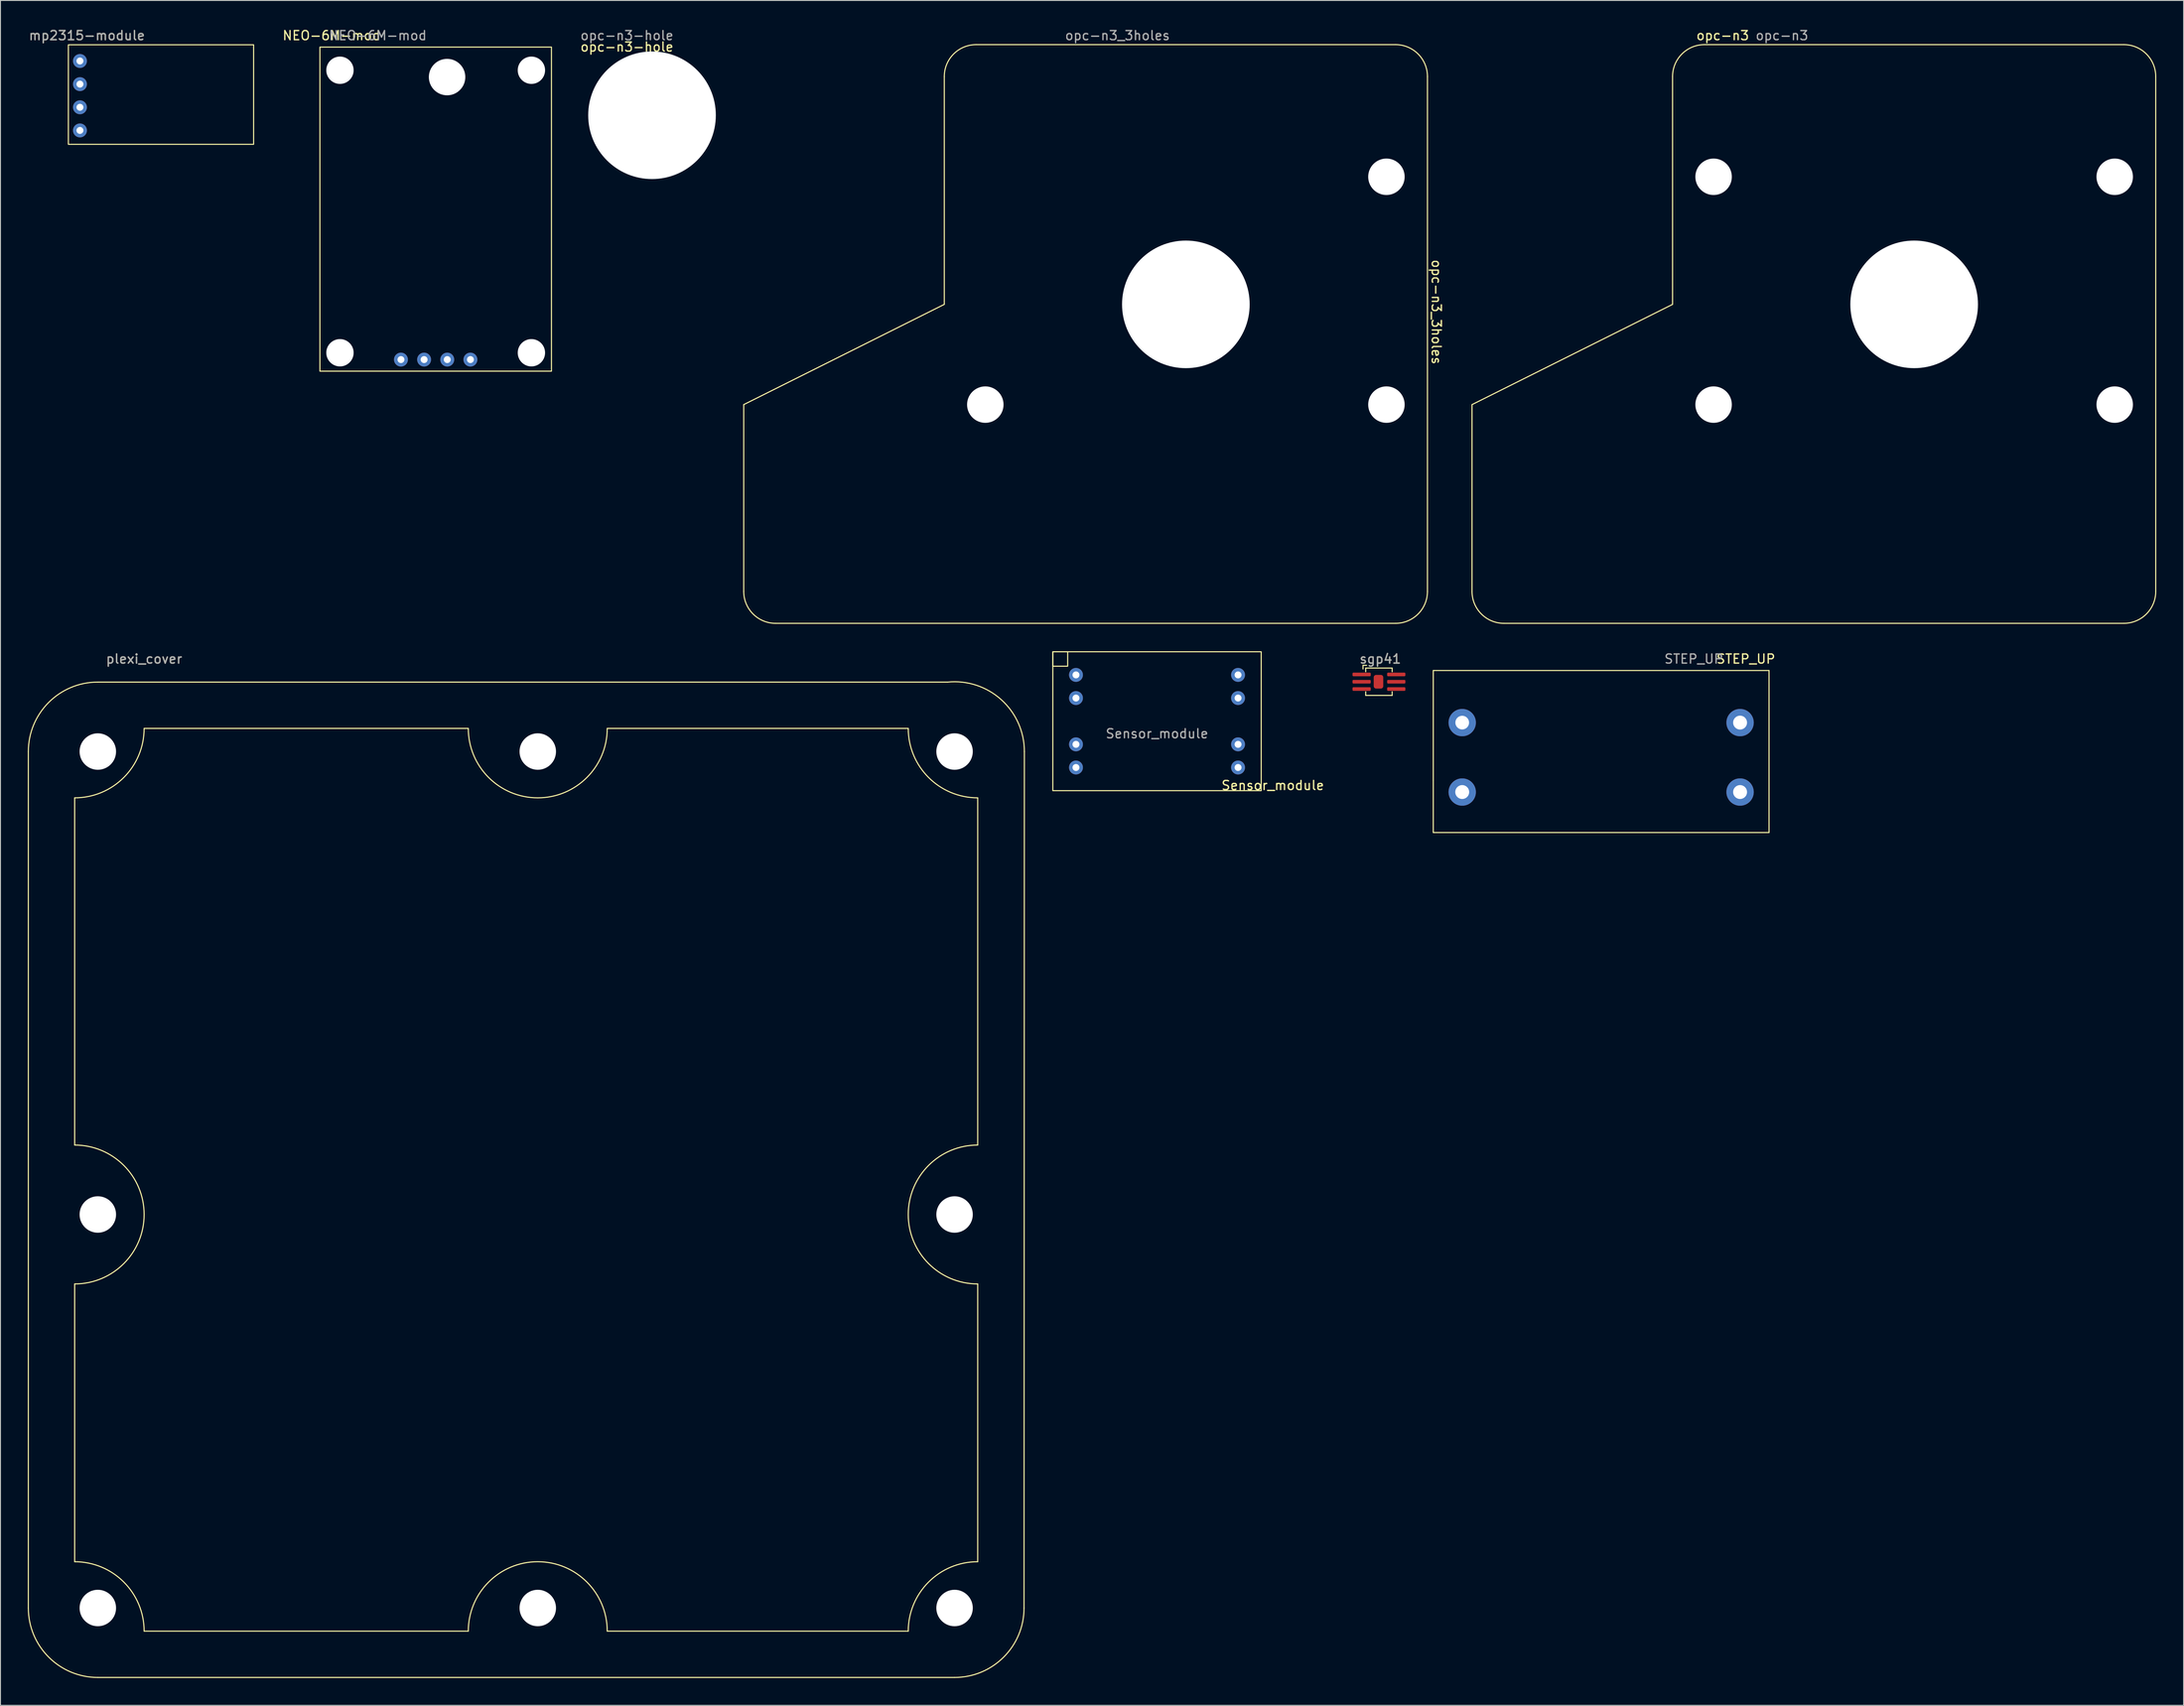
<source format=kicad_pcb>
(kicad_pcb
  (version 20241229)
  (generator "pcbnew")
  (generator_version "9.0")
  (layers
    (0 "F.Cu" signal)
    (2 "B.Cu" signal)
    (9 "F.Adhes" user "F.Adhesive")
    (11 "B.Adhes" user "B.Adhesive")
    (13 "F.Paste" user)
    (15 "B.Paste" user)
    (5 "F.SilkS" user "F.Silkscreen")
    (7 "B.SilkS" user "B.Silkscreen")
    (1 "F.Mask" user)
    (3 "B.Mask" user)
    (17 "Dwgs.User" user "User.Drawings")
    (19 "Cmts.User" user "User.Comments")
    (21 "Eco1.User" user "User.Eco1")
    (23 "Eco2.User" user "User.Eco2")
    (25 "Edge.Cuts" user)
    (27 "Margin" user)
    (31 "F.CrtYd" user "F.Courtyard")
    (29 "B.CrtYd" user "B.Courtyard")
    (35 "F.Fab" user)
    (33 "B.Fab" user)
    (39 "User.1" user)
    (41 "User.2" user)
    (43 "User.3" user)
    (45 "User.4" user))
  (footprint "sgp41"
    (layer "F.Cu")
    (at 148.062 71.757)
    (property "Reference" "sgp41" (at 0.3 -2.5 0) (unlocked yes) (layer "F.SilkS") (effects (font (size 1 1) (thickness 0.15))))
    (attr smd)
    (fp_line (start -1.6 -1.8) (end -1.2 -1.8) (stroke (width 0.12) (type solid)) (layer "F.SilkS"))
    (fp_line (start -1.6 -1.4) (end -1.6 -1.8) (stroke (width 0.12) (type solid)) (layer "F.SilkS"))
    (fp_line (start -1.3 -1.5) (end 1.6 -1.5) (stroke (width 0.12) (type solid)) (layer "F.SilkS"))
    (fp_line (start -1.3 -1.1) (end -1.3 -1.5) (stroke (width 0.12) (type solid)) (layer "F.SilkS"))
    (fp_line (start -1.3 1.1) (end -1.3 1.5) (stroke (width 0.12) (type solid)) (layer "F.SilkS"))
    (fp_line (start -1.3 1.5) (end 1.6 1.5) (stroke (width 0.12) (type solid)) (layer "F.SilkS"))
    (fp_line (start 1.6 -1.5) (end 1.6 -1.1) (stroke (width 0.12) (type solid)) (layer "F.SilkS"))
    (fp_line (start 1.6 1.5) (end 1.6 1.1) (stroke (width 0.12) (type solid)) (layer "F.SilkS"))
    (fp_text user "${REFERENCE}" (at 0.3 -2.5 0) (unlocked yes) (layer "F.Fab") (effects (font (size 1 1) (thickness 0.15))))
    (pad "1" smd roundrect (at -1.75 -0.8) (size 2 0.4) (layers "F.Cu" "F.Mask" "F.Paste") (roundrect_rratio 0.25))
    (pad "2" smd roundrect (at -1.75 0) (size 2 0.4) (layers "F.Cu" "F.Mask" "F.Paste") (roundrect_rratio 0.25))
    (pad "3" smd roundrect (at -1.75 0.8) (size 2 0.4) (layers "F.Cu" "F.Mask" "F.Paste") (roundrect_rratio 0.25))
    (pad "4" smd roundrect (at 2.05 0.8) (size 2 0.4) (layers "F.Cu" "F.Mask" "F.Paste") (roundrect_rratio 0.25))
    (pad "5" smd roundrect (at 2.05 0) (size 2 0.4) (layers "F.Cu" "F.Mask" "F.Paste") (roundrect_rratio 0.25))
    (pad "6" smd roundrect (at 2.05 -0.8) (size 2 0.4) (layers "F.Cu" "F.Mask" "F.Paste") (roundrect_rratio 0.25))
    (pad "7" smd roundrect (at 0.1 0) (size 1.05 1.5) (layers "F.Cu" "F.Mask" "F.Paste") (roundrect_rratio 0.25)))
  (footprint "opc-n3"
    (layer "F.Cu")
    (at 184.422 30.848)
    (property "Reference" "opc-n3" (at 1.5 -30 0) (unlocked yes) (layer "F.SilkS") (effects (font (size 1 1) (thickness 0.15))))
    (attr smd)
    (fp_line (start -26 10.5) (end -4 -0.5) (stroke (width 0.12) (type solid)) (layer "F.SilkS"))
    (fp_line (start -26 31) (end -26 10.5) (stroke (width 0.12) (type solid)) (layer "F.SilkS"))
    (fp_line (start -4 -0.5) (end -4 -25.5) (stroke (width 0.12) (type solid)) (layer "F.SilkS"))
    (fp_line (start 45.5 -29) (end -0.5 -29) (stroke (width 0.12) (type solid)) (layer "F.SilkS"))
    (fp_line (start 45.5 34.5) (end -22.5 34.5) (stroke (width 0.12) (type solid)) (layer "F.SilkS"))
    (fp_line (start 49 -25.5) (end 49 31) (stroke (width 0.12) (type solid)) (layer "F.SilkS"))
    (fp_arc (start -22.5 34.5) (mid -24.974874 33.474874) (end -26 31) (stroke (width 0.12) (type solid)) (layer "F.SilkS"))
    (fp_arc (start -4 -25.5) (mid -2.974874 -27.974874) (end -0.5 -29) (stroke (width 0.12) (type solid)) (layer "F.SilkS"))
    (fp_arc (start 45.5 -29) (mid 47.974874 -27.974874) (end 49 -25.5) (stroke (width 0.12) (type solid)) (layer "F.SilkS"))
    (fp_arc (start 49 31) (mid 47.974874 33.474874) (end 45.5 34.5) (stroke (width 0.12) (type solid)) (layer "F.SilkS"))
    (fp_text user "${REFERENCE}" (at 8 -30 0) (unlocked yes) (layer "F.Fab") (effects (font (size 1 1) (thickness 0.15))))
    (pad "" np_thru_hole circle (at 0.5 -14.5) (size 4 4) (drill 4) (layers "*.Cu" "*.Mask"))
    (pad "" np_thru_hole circle (at 0.5 10.5) (size 4 4) (drill 4) (layers "*.Cu" "*.Mask"))
    (pad "" np_thru_hole circle (at 22.5 -0.5) (size 14 14) (drill 14) (layers "*.Cu" "*.Mask"))
    (pad "" np_thru_hole circle (at 44.5 -14.5) (size 4 4) (drill 4) (layers "*.Cu" "*.Mask"))
    (pad "" np_thru_hole circle (at 44.5 10.5) (size 4 4) (drill 4) (layers "*.Cu" "*.Mask")))
  (footprint "NEO-6M-mod"
    (layer "F.Cu")
    (at 46.012 19.908)
    (property "Reference" "NEO-6M-mod" (at -12.7 -19.06 0) (unlocked yes) (layer "F.SilkS") (effects (font (size 1 1) (thickness 0.15))))
    (attr through_hole)
    (fp_rect (start -13.97 -17.79) (end 11.43 17.77) (stroke (width 0.12) (type solid)) (fill no) (layer "F.SilkS"))
    (fp_text user "${REFERENCE}" (at -7.62 -19.06 0) (unlocked yes) (layer "F.Fab") (effects (font (size 1 1) (thickness 0.15))))
    (pad "" np_thru_hole circle (at -11.77 -15.25) (size 3 3) (drill 3) (layers "*.Cu" "*.Mask"))
    (pad "" np_thru_hole circle (at -11.77 15.75) (size 3 3) (drill 3) (layers "*.Cu" "*.Mask"))
    (pad "" np_thru_hole circle (at -0.02 -14.5) (size 4 4) (drill 4) (layers "*.Cu" "*.Mask"))
    (pad "" np_thru_hole circle (at 9.23 -15.25) (size 3 3) (drill 3) (layers "*.Cu" "*.Mask"))
    (pad "" np_thru_hole circle (at 9.23 15.75) (size 3 3) (drill 3) (layers "*.Cu" "*.Mask"))
    (pad "1" thru_hole circle (at -5.08 16.5) (size 1.524 1.524) (drill 0.762) (layers "*.Cu" "*.Mask"))
    (pad "2" thru_hole circle (at -2.54 16.5) (size 1.524 1.524) (drill 0.762) (layers "*.Cu" "*.Mask"))
    (pad "3" thru_hole circle (at 0 16.5) (size 1.524 1.524) (drill 0.762) (layers "*.Cu" "*.Mask"))
    (pad "4" thru_hole circle (at 2.54 16.5) (size 1.524 1.524) (drill 0.762) (layers "*.Cu" "*.Mask")))
  (footprint "opc-n3_3holes"
    (layer "F.Cu")
    (at 104.533 30.848)
    (property "Reference" "opc-n3_3holes" (at 49.981 0.337 270) (unlocked yes) (layer "F.SilkS") (effects (font (size 1 1) (thickness 0.15))))
    (attr smd)
    (fp_line (start -26 10.5) (end -4 -0.5) (stroke (width 0.12) (type solid)) (layer "F.SilkS"))
    (fp_line (start -26 31) (end -26 10.5) (stroke (width 0.12) (type solid)) (layer "F.SilkS"))
    (fp_line (start -4 -0.5) (end -4 -25.5) (stroke (width 0.12) (type solid)) (layer "F.SilkS"))
    (fp_line (start 45.5 -29) (end -0.5 -29) (stroke (width 0.12) (type solid)) (layer "F.SilkS"))
    (fp_line (start 45.5 34.5) (end -22.5 34.5) (stroke (width 0.12) (type solid)) (layer "F.SilkS"))
    (fp_line (start 49 -25.5) (end 49 31) (stroke (width 0.12) (type solid)) (layer "F.SilkS"))
    (fp_arc (start -22.5 34.5) (mid -24.974874 33.474874) (end -26 31) (stroke (width 0.12) (type solid)) (layer "F.SilkS"))
    (fp_arc (start -4 -25.5) (mid -2.974874 -27.974874) (end -0.5 -29) (stroke (width 0.12) (type solid)) (layer "F.SilkS"))
    (fp_arc (start 45.5 -29) (mid 47.974874 -27.974874) (end 49 -25.5) (stroke (width 0.12) (type solid)) (layer "F.SilkS"))
    (fp_arc (start 49 31) (mid 47.974874 33.474874) (end 45.5 34.5) (stroke (width 0.12) (type solid)) (layer "F.SilkS"))
    (fp_text user "${REFERENCE}" (at 15 -30 0) (unlocked yes) (layer "F.Fab") (effects (font (size 1 1) (thickness 0.15))))
    (pad "" np_thru_hole circle (at 0.5 10.5) (size 4 4) (drill 4) (layers "*.Cu" "*.Mask"))
    (pad "" np_thru_hole circle (at 22.5 -0.5) (size 14 14) (drill 14) (layers "*.Cu" "*.Mask"))
    (pad "" np_thru_hole circle (at 44.5 -14.5) (size 4 4) (drill 4) (layers "*.Cu" "*.Mask"))
    (pad "" np_thru_hole circle (at 44.5 10.5) (size 4 4) (drill 4) (layers "*.Cu" "*.Mask")))
  (footprint "Sensor_module"
    (layer "F.Cu")
    (at 123.868 74.953)
    (property "Reference" "Sensor_module" (at 12.7 8.179 0) (unlocked yes) (layer "F.SilkS") (effects (font (size 1 1) (thickness 0.15))))
    (attr through_hole)
    (fp_rect (start -11.43 -6.485) (end -9.8 -4.9) (stroke (width 0.12) (type solid)) (fill no) (layer "F.SilkS"))
    (fp_rect (start -11.43 -6.485) (end 11.43 8.755) (stroke (width 0.12) (type solid)) (fill no) (layer "F.SilkS"))
    (fp_text user "${REFERENCE}" (at 0 2.5 0) (unlocked yes) (layer "F.Fab") (effects (font (size 1 1) (thickness 0.15))))
    (pad "1" thru_hole circle (at -8.89 -3.945) (size 1.524 1.524) (drill 0.762) (layers "*.Cu" "*.Mask"))
    (pad "2" thru_hole circle (at -8.89 -1.405) (size 1.524 1.524) (drill 0.762) (layers "*.Cu" "*.Mask"))
    (pad "3" thru_hole circle (at -8.89 3.675) (size 1.524 1.524) (drill 0.762) (layers "*.Cu" "*.Mask"))
    (pad "4" thru_hole circle (at -8.89 6.215) (size 1.524 1.524) (drill 0.762) (layers "*.Cu" "*.Mask"))
    (pad "5" thru_hole circle (at 8.89 6.215) (size 1.524 1.524) (drill 0.762) (layers "*.Cu" "*.Mask"))
    (pad "6" thru_hole circle (at 8.89 3.675) (size 1.524 1.524) (drill 0.762) (layers "*.Cu" "*.Mask"))
    (pad "7" thru_hole circle (at 8.89 -1.405) (size 1.524 1.524) (drill 0.762) (layers "*.Cu" "*.Mask"))
    (pad "8" thru_hole circle (at 8.89 -3.945) (size 1.524 1.524) (drill 0.762) (layers "*.Cu" "*.Mask")))
  (footprint "STEP_UP"
    (layer "F.Cu")
    (at 171.317 79.416)
    (property "Reference" "STEP_UP" (at 17.145 -10.16 0) (unlocked yes) (layer "F.SilkS") (effects (font (size 1 1) (thickness 0.15))))
    (attr through_hole)
    (fp_line (start -17.145 -8.89) (end 19.685 -8.89) (stroke (width 0.12) (type solid)) (layer "F.SilkS"))
    (fp_line (start -17.145 3.175) (end -17.145 -8.89) (stroke (width 0.12) (type solid)) (layer "F.SilkS"))
    (fp_line (start -17.145 8.89) (end -17.145 3.175) (stroke (width 0.12) (type solid)) (layer "F.SilkS"))
    (fp_line (start 19.685 -8.89) (end 19.685 8.89) (stroke (width 0.12) (type solid)) (layer "F.SilkS"))
    (fp_line (start 19.685 8.89) (end -17.145 8.89) (stroke (width 0.12) (type solid)) (layer "F.SilkS"))
    (fp_text user "${REFERENCE}" (at 11.43 -10.16 0) (unlocked yes) (layer "F.Fab") (effects (font (size 1 1) (thickness 0.15))))
    (pad "1" thru_hole circle (at -13.97 -3.175) (size 3 3) (drill 1.5) (layers "*.Cu" "*.Mask"))
    (pad "2" thru_hole circle (at -13.97 4.445) (size 3 3) (drill 1.524) (layers "*.Cu" "*.Mask"))
    (pad "3" thru_hole circle (at 16.51 4.445) (size 3 3) (drill 1.524) (layers "*.Cu" "*.Mask"))
    (pad "4" thru_hole circle (at 16.51 -3.175) (size 3 3) (drill 1.524) (layers "*.Cu" "*.Mask")))
  (footprint "plexi_cover"
    (layer "F.Cu")
    (at 53.4 127.677)
    (property "Reference" "plexi_cover" (at -40.64 -58.42 0) (unlocked yes) (layer "F.SilkS") (effects (font (size 1 1) (thickness 0.15))))
    (attr through_hole)
    (fp_line (start -53.34 45.72) (end -53.34 -48.26) (stroke (width 0.12) (type solid)) (layer "F.SilkS"))
    (fp_line (start -48.26 -5.08) (end -48.26 -43.18) (stroke (width 0.12) (type solid)) (layer "F.SilkS"))
    (fp_line (start -48.26 40.64) (end -48.26 10.16) (stroke (width 0.12) (type solid)) (layer "F.SilkS"))
    (fp_line (start -45.72 -55.88) (end 47.5 -55.88) (stroke (width 0.12) (type solid)) (layer "F.SilkS"))
    (fp_line (start -40.64 -50.8) (end -5.08 -50.8) (stroke (width 0.12) (type solid)) (layer "F.SilkS"))
    (fp_line (start -40.64 48.26) (end -5.08 48.26) (stroke (width 0.12) (type solid)) (layer "F.SilkS"))
    (fp_line (start 10.16 -50.8) (end 43.18 -50.8) (stroke (width 0.12) (type solid)) (layer "F.SilkS"))
    (fp_line (start 10.16 48.26) (end 43.18 48.26) (stroke (width 0.12) (type solid)) (layer "F.SilkS"))
    (fp_line (start 48.26 53.34) (end -45.72 53.34) (stroke (width 0.12) (type solid)) (layer "F.SilkS"))
    (fp_line (start 50.8 -5.08) (end 50.8 -43.18) (stroke (width 0.12) (type solid)) (layer "F.SilkS"))
    (fp_line (start 50.8 10.16) (end 50.8 40.64) (stroke (width 0.12) (type solid)) (layer "F.SilkS"))
    (fp_line (start 55.918 -48.26) (end 55.88 45.72) (stroke (width 0.12) (type solid)) (layer "F.SilkS"))
    (fp_arc (start -53.34 -48.26) (mid -51.108154 -53.648154) (end -45.72 -55.88) (stroke (width 0.12) (type solid)) (layer "F.SilkS"))
    (fp_arc (start -48.26 -5.08) (mid -40.64 2.54) (end -48.26 10.16) (stroke (width 0.12) (type solid)) (layer "F.SilkS"))
    (fp_arc (start -48.26 40.64) (mid -42.871846 42.871846) (end -40.64 48.26) (stroke (width 0.12) (type solid)) (layer "F.SilkS"))
    (fp_arc (start -45.72 53.34) (mid -51.108154 51.108154) (end -53.34 45.72) (stroke (width 0.12) (type solid)) (layer "F.SilkS"))
    (fp_arc (start -40.64 -50.8) (mid -42.871846 -45.411846) (end -48.26 -43.18) (stroke (width 0.12) (type solid)) (layer "F.SilkS"))
    (fp_arc (start -5.08 48.26) (mid 2.54 40.64) (end 10.16 48.26) (stroke (width 0.12) (type solid)) (layer "F.SilkS"))
    (fp_arc (start 10.16 -50.8) (mid 2.54 -43.18) (end -5.08 -50.8) (stroke (width 0.12) (type solid)) (layer "F.SilkS"))
    (fp_arc (start 43.18 48.26) (mid 45.411846 42.871846) (end 50.8 40.64) (stroke (width 0.12) (type solid)) (layer "F.SilkS"))
    (fp_arc (start 47.5 -55.88) (mid 53.399167 -53.937232) (end 55.917806 -48.26) (stroke (width 0.12) (type solid)) (layer "F.SilkS"))
    (fp_arc (start 50.8 -43.18) (mid 45.411846 -45.411846) (end 43.18 -50.8) (stroke (width 0.12) (type solid)) (layer "F.SilkS"))
    (fp_arc (start 50.8 10.16) (mid 43.18 2.54) (end 50.8 -5.08) (stroke (width 0.12) (type solid)) (layer "F.SilkS"))
    (fp_arc (start 55.88 45.72) (mid 53.648154 51.108154) (end 48.26 53.34) (stroke (width 0.12) (type solid)) (layer "F.SilkS"))
    (fp_text user "${REFERENCE}" (at -40.64 -58.42 0) (unlocked yes) (layer "F.Fab") (effects (font (size 1 1) (thickness 0.15))))
    (pad "" np_thru_hole circle (at -45.72 -48.26) (size 4 4) (drill 4) (layers "*.Cu" "*.Mask"))
    (pad "" np_thru_hole circle (at -45.72 2.54) (size 4 4) (drill 4) (layers "*.Cu" "*.Mask"))
    (pad "" np_thru_hole circle (at -45.72 45.72) (size 4 4) (drill 4) (layers "*.Cu" "*.Mask"))
    (pad "" np_thru_hole circle (at 2.54 -48.26) (size 4 4) (drill 4) (layers "*.Cu" "*.Mask"))
    (pad "" np_thru_hole circle (at 2.54 45.72) (size 4 4) (drill 4) (layers "*.Cu" "*.Mask"))
    (pad "" np_thru_hole circle (at 48.26 -48.26) (size 4 4) (drill 4) (layers "*.Cu" "*.Mask"))
    (pad "" np_thru_hole circle (at 48.26 2.54) (size 4 4) (drill 4) (layers "*.Cu" "*.Mask"))
    (pad "" np_thru_hole circle (at 48.26 45.72) (size 4 4) (drill 4) (layers "*.Cu" "*.Mask")))
  (footprint "opc-n3-hole"
    (layer "F.Cu")
    (at 68.473 9.598)
    (property "Reference" "opc-n3-hole" (at -2.75 -7.5 0) (unlocked yes) (layer "F.SilkS") (effects (font (size 1 1) (thickness 0.15))))
    (attr through_hole)
    (fp_text user "${REFERENCE}" (at -2.75 -8.75 0) (unlocked yes) (layer "F.Fab") (effects (font (size 1 1) (thickness 0.15))))
    (pad "" np_thru_hole circle (at 0 0) (size 14 14) (drill 14) (layers "*.Cu" "*.Mask")))
  (footprint "mp2315-module"
    (layer "F.Cu")
    (at 14.864 7.706)
    (property "Reference" "mp2315-module" (at -8.382 -6.858 0) (unlocked yes) (layer "F.SilkS") (effects (font (size 1 1) (thickness 0.15))))
    (attr through_hole)
    (fp_rect (start -10.414 -5.842) (end 9.906 5.08) (stroke (width 0.12) (type solid)) (fill no) (layer "F.SilkS"))
    (fp_text user "${REFERENCE}" (at -8.382 -6.858 0) (unlocked yes) (layer "F.Fab") (effects (font (size 1 1) (thickness 0.15))))
    (pad "1" thru_hole circle (at -9.144 -4.064) (size 1.524 1.524) (drill 0.762) (layers "*.Cu" "*.Mask"))
    (pad "2" thru_hole circle (at -9.144 -1.524) (size 1.524 1.524) (drill 0.762) (layers "*.Cu" "*.Mask"))
    (pad "3" thru_hole circle (at -9.144 1.016) (size 1.524 1.524) (drill 0.762) (layers "*.Cu" "*.Mask"))
    (pad "4" thru_hole circle (at -9.144 3.556) (size 1.524 1.524) (drill 0.762) (layers "*.Cu" "*.Mask")))
  (gr_rect
    (start -3 -3)
    (end 236.482 184.077)
    (stroke (width 0.1) (type default))
    (fill no)
    (layer "Edge.Cuts")))
</source>
